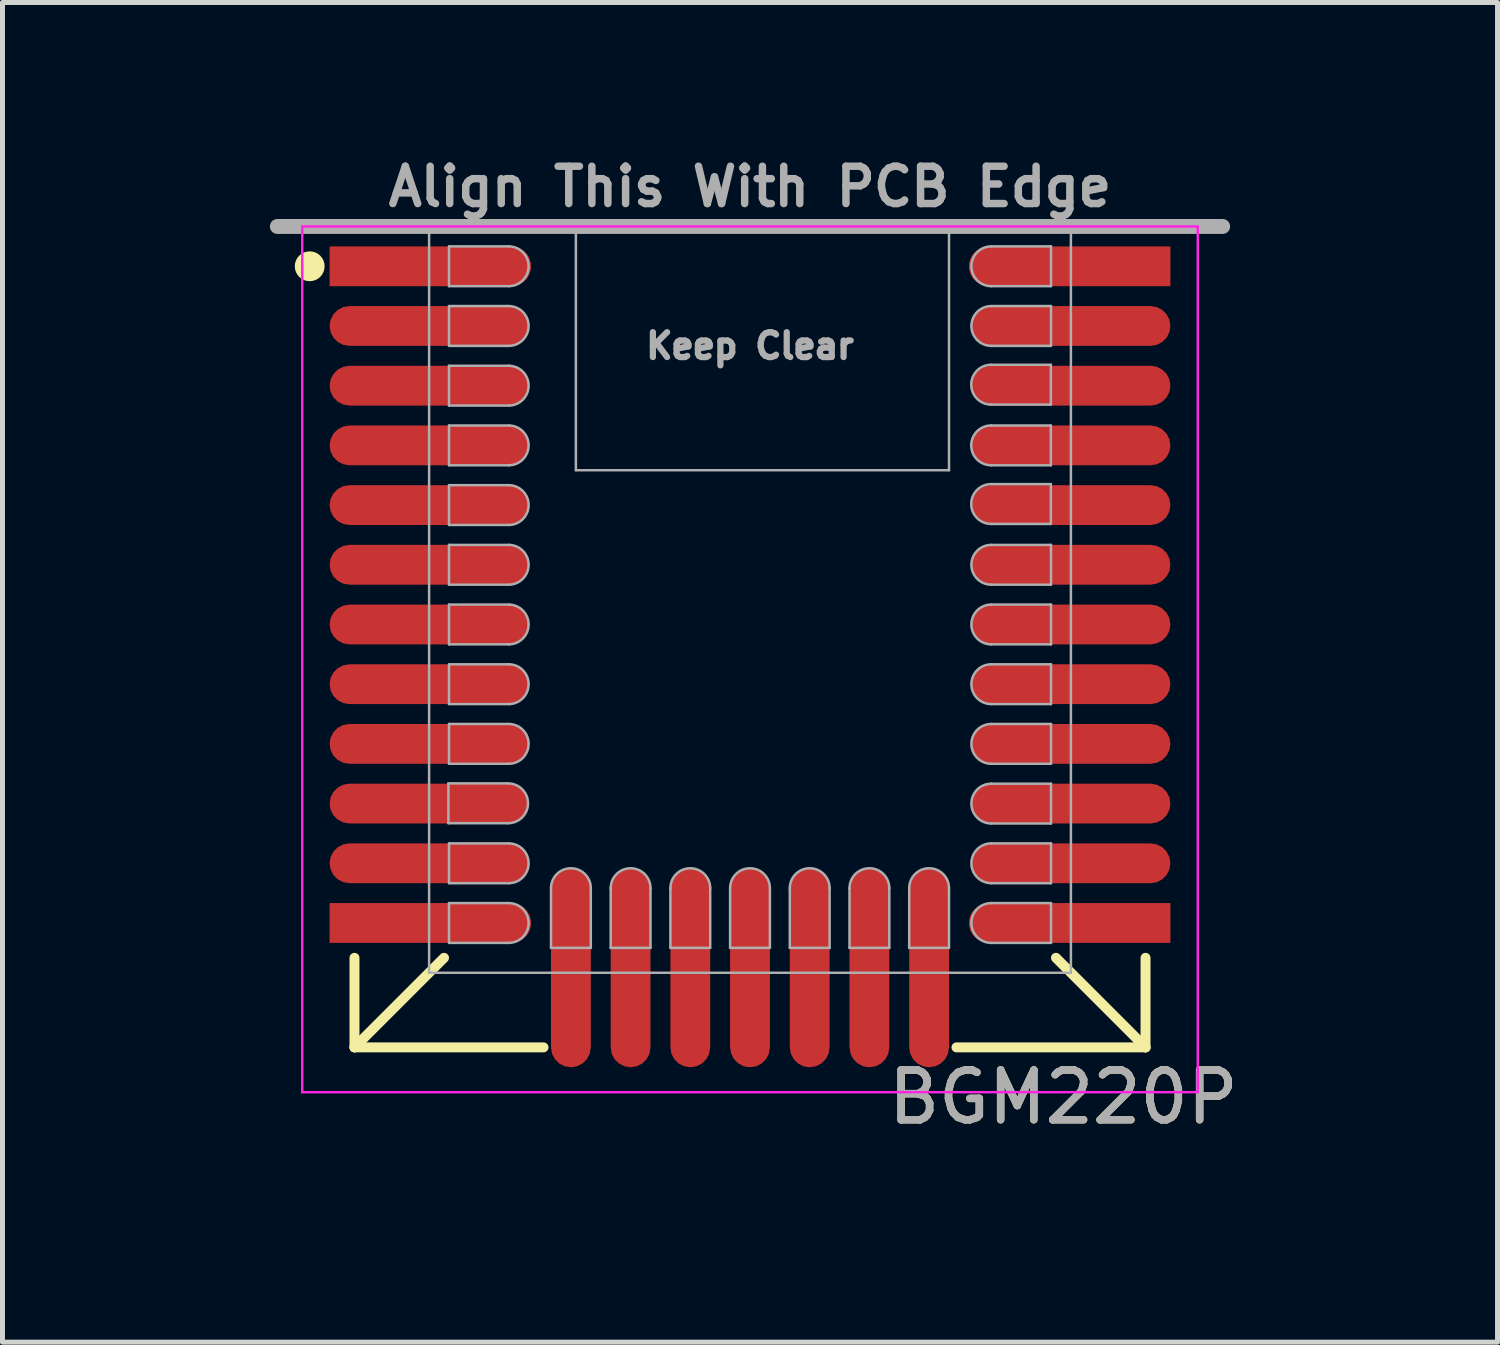
<source format=kicad_pcb>
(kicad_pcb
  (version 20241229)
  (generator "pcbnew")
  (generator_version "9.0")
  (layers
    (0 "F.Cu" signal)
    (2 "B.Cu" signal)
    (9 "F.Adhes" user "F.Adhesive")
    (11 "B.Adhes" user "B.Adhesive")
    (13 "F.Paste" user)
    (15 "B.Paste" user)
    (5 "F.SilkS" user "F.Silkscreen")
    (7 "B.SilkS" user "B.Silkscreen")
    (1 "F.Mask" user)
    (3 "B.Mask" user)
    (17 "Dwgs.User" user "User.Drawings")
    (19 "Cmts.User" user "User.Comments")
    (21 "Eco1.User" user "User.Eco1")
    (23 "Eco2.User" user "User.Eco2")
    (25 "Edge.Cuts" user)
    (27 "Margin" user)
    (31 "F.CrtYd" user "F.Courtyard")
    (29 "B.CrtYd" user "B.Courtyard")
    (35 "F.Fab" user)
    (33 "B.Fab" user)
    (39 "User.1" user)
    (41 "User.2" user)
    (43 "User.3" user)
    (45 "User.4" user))
  (footprint "BGM220P"
    (layer "F.Cu")
    (at 12.025 8.902)
    (property "Reference" "BGM220P" (at 6.3 10.1 0) (unlocked yes) (layer "F.SilkS") (effects (font (size 1 1) (thickness 0.15))))
    (attr smd)
    (fp_line (start -7.95 7.3) (end -7.95 9.1) (stroke (width 0.2) (type solid)) (layer "F.SilkS"))
    (fp_line (start -7.95 9.1) (end -6.15 7.3) (stroke (width 0.2) (type solid)) (layer "F.SilkS"))
    (fp_line (start -7.95 9.1) (end -4.15 9.1) (stroke (width 0.2) (type solid)) (layer "F.SilkS"))
    (fp_line (start 7.95 7.3) (end 7.95 9.1) (stroke (width 0.2) (type solid)) (layer "F.SilkS"))
    (fp_line (start 7.95 9.1) (end 4.15 9.1) (stroke (width 0.2) (type solid)) (layer "F.SilkS"))
    (fp_line (start 7.95 9.1) (end 6.15 7.3) (stroke (width 0.2) (type solid)) (layer "F.SilkS"))
    (fp_circle (center -8.85 -6.6) (end -8.7 -6.6) (stroke (width 0.3) (type solid)) (fill no) (layer "F.SilkS"))
    (fp_poly (pts (xy -6.05 -5) (arc (start -4.85 -5) (mid -4.45 -5.4) (end -4.85 -5.8)) (xy -6.05 -5.8)) (stroke (width 0.05) (type solid)) (fill no) (layer "F.Paste"))
    (fp_poly (pts (arc (start -6.45 -7) (mid -6.85 -6.6) (end -6.45 -6.2)) (arc (start -4.85 -6.2) (mid -4.45 -6.6) (end -4.85 -7))) (stroke (width 0.01) (type solid)) (fill yes) (layer "F.Paste"))
    (fp_poly (pts (arc (start -6.45 -5.8) (mid -6.85 -5.4) (end -6.45 -5)) (arc (start -4.85 -5) (mid -4.45 -5.4) (end -4.85 -5.8))) (stroke (width 0.01) (type solid)) (fill yes) (layer "F.Paste"))
    (fp_poly (pts (arc (start -6.45 -4.6) (mid -6.85 -4.2) (end -6.45 -3.8)) (arc (start -4.85 -3.8) (mid -4.45 -4.2) (end -4.85 -4.6))) (stroke (width 0.01) (type solid)) (fill yes) (layer "F.Paste"))
    (fp_poly (pts (arc (start -6.45 -3.4) (mid -6.85 -3) (end -6.45 -2.6)) (arc (start -4.85 -2.6) (mid -4.45 -3) (end -4.85 -3.4))) (stroke (width 0.01) (type solid)) (fill yes) (layer "F.Paste"))
    (fp_poly (pts (arc (start -6.45 -2.2) (mid -6.85 -1.8) (end -6.45 -1.4)) (arc (start -4.85 -1.4) (mid -4.45 -1.8) (end -4.85 -2.2))) (stroke (width 0.01) (type solid)) (fill yes) (layer "F.Paste"))
    (fp_poly (pts (arc (start -6.45 -1) (mid -6.85 -0.6) (end -6.45 -0.2)) (arc (start -4.85 -0.2) (mid -4.45 -0.6) (end -4.85 -1))) (stroke (width 0.01) (type solid)) (fill yes) (layer "F.Paste"))
    (fp_poly (pts (arc (start -6.45 0.2) (mid -6.85 0.6) (end -6.45 1)) (arc (start -4.85 1) (mid -4.45 0.6) (end -4.85 0.2))) (stroke (width 0.01) (type solid)) (fill yes) (layer "F.Paste"))
    (fp_poly (pts (arc (start -6.45 1.4) (mid -6.85 1.8) (end -6.45 2.2)) (arc (start -4.85 2.2) (mid -4.45 1.8) (end -4.85 1.4))) (stroke (width 0.01) (type solid)) (fill yes) (layer "F.Paste"))
    (fp_poly (pts (arc (start -6.45 2.6) (mid -6.85 3) (end -6.45 3.4)) (arc (start -4.85 3.4) (mid -4.45 3) (end -4.85 2.6))) (stroke (width 0.01) (type solid)) (fill yes) (layer "F.Paste"))
    (fp_poly (pts (arc (start -6.45 3.8) (mid -6.85 4.2) (end -6.45 4.6)) (arc (start -4.85 4.6) (mid -4.45 4.2) (end -4.85 3.8))) (stroke (width 0.01) (type solid)) (fill yes) (layer "F.Paste"))
    (fp_poly (pts (arc (start -6.45 6.2) (mid -6.85 6.6) (end -6.45 7)) (arc (start -4.85 7) (mid -4.45 6.6) (end -4.85 6.2))) (stroke (width 0.01) (type solid)) (fill yes) (layer "F.Paste"))
    (fp_poly (pts (arc (start -6.449999 4.997166) (mid -6.849999 5.397166) (end -6.449999 5.797166)) (arc (start -4.849999 5.797166) (mid -4.449999 5.397166) (end -4.849999 4.997166))) (stroke (width 0.01) (type solid)) (fill yes) (layer "F.Paste"))
    (fp_poly (pts (arc (start -4 7.5) (mid -3.6 7.9) (end -3.2 7.5)) (arc (start -3.2 5.9) (mid -3.6 5.5) (end -4 5.9))) (stroke (width 0.01) (type solid)) (fill yes) (layer "F.Paste"))
    (fp_poly (pts (arc (start -2.8 7.5) (mid -2.4 7.9) (end -2 7.5)) (arc (start -2 5.9) (mid -2.4 5.5) (end -2.8 5.9))) (stroke (width 0.01) (type solid)) (fill yes) (layer "F.Paste"))
    (fp_poly (pts (arc (start -1.6 7.5) (mid -1.2 7.9) (end -0.8 7.5)) (arc (start -0.8 5.9) (mid -1.2 5.5) (end -1.6 5.9))) (stroke (width 0.01) (type solid)) (fill yes) (layer "F.Paste"))
    (fp_poly (pts (arc (start -0.4 7.5) (mid 0 7.9) (end 0.4 7.5)) (arc (start 0.4 5.9) (mid 0 5.5) (end -0.4 5.9))) (stroke (width 0.01) (type solid)) (fill yes) (layer "F.Paste"))
    (fp_poly (pts (arc (start 0.8 7.5) (mid 1.2 7.9) (end 1.6 7.5)) (arc (start 1.6 5.9) (mid 1.2 5.5) (end 0.8 5.9))) (stroke (width 0.01) (type solid)) (fill yes) (layer "F.Paste"))
    (fp_poly (pts (arc (start 2 7.5) (mid 2.4 7.9) (end 2.8 7.5)) (arc (start 2.8 5.9) (mid 2.4 5.5) (end 2 5.9))) (stroke (width 0.01) (type solid)) (fill yes) (layer "F.Paste"))
    (fp_poly (pts (arc (start 3.2 7.5) (mid 3.6 7.9) (end 4 7.5)) (arc (start 4 5.9) (mid 3.6 5.5) (end 3.2 5.9))) (stroke (width 0.01) (type solid)) (fill yes) (layer "F.Paste"))
    (fp_poly (pts (arc (start 4.85 -7) (mid 4.45 -6.6) (end 4.85 -6.2)) (arc (start 6.45 -6.2) (mid 6.85 -6.6) (end 6.45 -7))) (stroke (width 0.01) (type solid)) (fill yes) (layer "F.Paste"))
    (fp_poly (pts (arc (start 4.85 -5.8) (mid 4.45 -5.4) (end 4.85 -5)) (arc (start 6.45 -5) (mid 6.85 -5.4) (end 6.45 -5.8))) (stroke (width 0.01) (type solid)) (fill yes) (layer "F.Paste"))
    (fp_poly (pts (arc (start 4.85 -4.6) (mid 4.45 -4.2) (end 4.85 -3.8)) (arc (start 6.45 -3.8) (mid 6.85 -4.2) (end 6.45 -4.6))) (stroke (width 0.01) (type solid)) (fill yes) (layer "F.Paste"))
    (fp_poly (pts (arc (start 4.85 -3.4) (mid 4.45 -3) (end 4.85 -2.6)) (arc (start 6.45 -2.6) (mid 6.85 -3) (end 6.45 -3.4))) (stroke (width 0.01) (type solid)) (fill yes) (layer "F.Paste"))
    (fp_poly (pts (arc (start 4.85 -2.2) (mid 4.45 -1.8) (end 4.85 -1.4)) (arc (start 6.45 -1.4) (mid 6.85 -1.8) (end 6.45 -2.2))) (stroke (width 0.01) (type solid)) (fill yes) (layer "F.Paste"))
    (fp_poly (pts (arc (start 4.85 -1) (mid 4.45 -0.6) (end 4.85 -0.2)) (arc (start 6.45 -0.2) (mid 6.85 -0.6) (end 6.45 -1))) (stroke (width 0.01) (type solid)) (fill yes) (layer "F.Paste"))
    (fp_poly (pts (arc (start 4.85 0.2) (mid 4.45 0.6) (end 4.85 1)) (arc (start 6.45 1) (mid 6.85 0.6) (end 6.45 0.2))) (stroke (width 0.01) (type solid)) (fill yes) (layer "F.Paste"))
    (fp_poly (pts (arc (start 4.85 1.4) (mid 4.45 1.8) (end 4.85 2.2)) (arc (start 6.45 2.2) (mid 6.85 1.8) (end 6.45 1.4))) (stroke (width 0.01) (type solid)) (fill yes) (layer "F.Paste"))
    (fp_poly (pts (arc (start 4.85 2.6) (mid 4.45 3) (end 4.85 3.4)) (arc (start 6.45 3.4) (mid 6.85 3) (end 6.45 2.6))) (stroke (width 0.01) (type solid)) (fill yes) (layer "F.Paste"))
    (fp_poly (pts (arc (start 4.85 3.8) (mid 4.45 4.2) (end 4.85 4.6)) (arc (start 6.45 4.6) (mid 6.85 4.2) (end 6.45 3.8))) (stroke (width 0.01) (type solid)) (fill yes) (layer "F.Paste"))
    (fp_poly (pts (arc (start 4.85 5) (mid 4.45 5.4) (end 4.85 5.8)) (arc (start 6.45 5.8) (mid 6.85 5.4) (end 6.45 5))) (stroke (width 0.01) (type solid)) (fill yes) (layer "F.Paste"))
    (fp_poly (pts (arc (start 4.85 6.2) (mid 4.45 6.6) (end 4.85 7)) (arc (start 6.45 7) (mid 6.85 6.6) (end 6.45 6.2))) (stroke (width 0.01) (type solid)) (fill yes) (layer "F.Paste"))
    (fp_line (start -12 12) (end -12 -7) (stroke (width 0.05) (type solid)) (layer "Eco1.User"))
    (fp_line (start -4.5 -0.1) (end -4.2 -0.4) (stroke (width 0.05) (type solid)) (layer "Eco1.User"))
    (fp_line (start -4.5 0.1) (end -4.2 0.4) (stroke (width 0.05) (type solid)) (layer "Eco1.User"))
    (fp_line (start -4.2 -5.6) (end -4.5 -5.9) (stroke (width 0.05) (type solid)) (layer "Eco1.User"))
    (fp_line (start -4.2 -0.4) (end -4.2 -5.6) (stroke (width 0.05) (type solid)) (layer "Eco1.User"))
    (fp_line (start -4.2 0.4) (end -4.2 5.3) (stroke (width 0.05) (type solid)) (layer "Eco1.User"))
    (fp_line (start -4.2 5.3) (end -4 5.3) (stroke (width 0.05) (type solid)) (layer "Eco1.User"))
    (fp_line (start 1.4 5.3) (end -4 5.3) (stroke (width 0.05) (type solid)) (layer "Eco1.User"))
    (fp_line (start 1.7 5.6) (end 1.4 5.3) (stroke (width 0.05) (type solid)) (layer "Eco1.User"))
    (fp_line (start 2.2 5.3) (end 1.9 5.6) (stroke (width 0.05) (type solid)) (layer "Eco1.User"))
    (fp_line (start 4.3 -4.5) (end 4.3 4.5) (stroke (width 0.05) (type solid)) (layer "Eco1.User"))
    (fp_line (start 4.3 4.5) (end 4.5 4.7) (stroke (width 0.05) (type solid)) (layer "Eco1.User"))
    (fp_line (start 4.3 5.1) (end 4.3 5.3) (stroke (width 0.05) (type solid)) (layer "Eco1.User"))
    (fp_line (start 4.3 5.3) (end 2.2 5.3) (stroke (width 0.05) (type solid)) (layer "Eco1.User"))
    (fp_line (start 4.5 -4.7) (end 4.3 -4.5) (stroke (width 0.05) (type solid)) (layer "Eco1.User"))
    (fp_line (start 4.5 4.9) (end 4.3 5.1) (stroke (width 0.05) (type solid)) (layer "Eco1.User"))
    (fp_line (start 12 -7) (end 12 12) (stroke (width 0.05) (type solid)) (layer "Eco1.User"))
    (fp_line (start 12 12) (end -12 12) (stroke (width 0.05) (type solid)) (layer "Eco1.User"))
    (fp_line (start -9 -7.4) (end 9 -7.4) (stroke (width 0.05) (type solid)) (layer "F.CrtYd"))
    (fp_line (start -9 10) (end -9 -7.4) (stroke (width 0.05) (type solid)) (layer "F.CrtYd"))
    (fp_line (start 9 -7.4) (end 9 10) (stroke (width 0.05) (type solid)) (layer "F.CrtYd"))
    (fp_line (start 9 10) (end -9 10) (stroke (width 0.05) (type solid)) (layer "F.CrtYd"))
    (fp_line (start -9.5 -7.4) (end 9.5 -7.4) (stroke (width 0.3) (type solid)) (layer "F.Fab"))
    (fp_line (start -6.45 -7.4) (end -6.45 7.6) (stroke (width 0.05) (type solid)) (layer "F.Fab"))
    (fp_line (start -6.45 7.6) (end 6.45 7.6) (stroke (width 0.05) (type solid)) (layer "F.Fab"))
    (fp_line (start -6.062 3.794) (end -4.862 3.794) (stroke (width 0.05) (type solid)) (layer "F.Fab"))
    (fp_line (start -6.062 4.594) (end -6.062 3.794) (stroke (width 0.05) (type solid)) (layer "F.Fab"))
    (fp_line (start -6.05 -7) (end -4.85 -7) (stroke (width 0.05) (type solid)) (layer "F.Fab"))
    (fp_line (start -6.05 -6.2) (end -6.05 -7) (stroke (width 0.05) (type solid)) (layer "F.Fab"))
    (fp_line (start -6.05 -5.8) (end -4.85 -5.8) (stroke (width 0.05) (type solid)) (layer "F.Fab"))
    (fp_line (start -6.05 -5) (end -6.05 -5.8) (stroke (width 0.05) (type solid)) (layer "F.Fab"))
    (fp_line (start -6.05 -4.6) (end -4.85 -4.6) (stroke (width 0.05) (type solid)) (layer "F.Fab"))
    (fp_line (start -6.05 -3.8) (end -6.05 -4.6) (stroke (width 0.05) (type solid)) (layer "F.Fab"))
    (fp_line (start -6.05 -3.4) (end -4.85 -3.4) (stroke (width 0.05) (type solid)) (layer "F.Fab"))
    (fp_line (start -6.05 -2.6) (end -6.05 -3.4) (stroke (width 0.05) (type solid)) (layer "F.Fab"))
    (fp_line (start -6.05 -2.2) (end -4.85 -2.2) (stroke (width 0.05) (type solid)) (layer "F.Fab"))
    (fp_line (start -6.05 -1.4) (end -6.05 -2.2) (stroke (width 0.05) (type solid)) (layer "F.Fab"))
    (fp_line (start -6.05 -1) (end -4.85 -1) (stroke (width 0.05) (type solid)) (layer "F.Fab"))
    (fp_line (start -6.05 -0.2) (end -6.05 -1) (stroke (width 0.05) (type solid)) (layer "F.Fab"))
    (fp_line (start -6.05 0.2) (end -4.85 0.2) (stroke (width 0.05) (type solid)) (layer "F.Fab"))
    (fp_line (start -6.05 1) (end -6.05 0.2) (stroke (width 0.05) (type solid)) (layer "F.Fab"))
    (fp_line (start -6.05 1.4) (end -4.85 1.4) (stroke (width 0.05) (type solid)) (layer "F.Fab"))
    (fp_line (start -6.05 2.2) (end -6.05 1.4) (stroke (width 0.05) (type solid)) (layer "F.Fab"))
    (fp_line (start -6.05 2.6) (end -4.85 2.6) (stroke (width 0.05) (type solid)) (layer "F.Fab"))
    (fp_line (start -6.05 3.4) (end -6.05 2.6) (stroke (width 0.05) (type solid)) (layer "F.Fab"))
    (fp_line (start -6.05 5) (end -4.85 5) (stroke (width 0.05) (type solid)) (layer "F.Fab"))
    (fp_line (start -6.05 5.8) (end -6.05 5) (stroke (width 0.05) (type solid)) (layer "F.Fab"))
    (fp_line (start -6.05 6.2) (end -4.85 6.2) (stroke (width 0.05) (type solid)) (layer "F.Fab"))
    (fp_line (start -6.05 7) (end -6.05 6.2) (stroke (width 0.05) (type solid)) (layer "F.Fab"))
    (fp_line (start -4.862 4.594) (end -6.062 4.594) (stroke (width 0.05) (type solid)) (layer "F.Fab"))
    (fp_line (start -4.85 -6.2) (end -6.05 -6.2) (stroke (width 0.05) (type solid)) (layer "F.Fab"))
    (fp_line (start -4.85 -5) (end -6.05 -5) (stroke (width 0.05) (type solid)) (layer "F.Fab"))
    (fp_line (start -4.85 -3.8) (end -6.05 -3.8) (stroke (width 0.05) (type solid)) (layer "F.Fab"))
    (fp_line (start -4.85 -2.6) (end -6.05 -2.6) (stroke (width 0.05) (type solid)) (layer "F.Fab"))
    (fp_line (start -4.85 -1.4) (end -6.05 -1.4) (stroke (width 0.05) (type solid)) (layer "F.Fab"))
    (fp_line (start -4.85 -0.2) (end -6.05 -0.2) (stroke (width 0.05) (type solid)) (layer "F.Fab"))
    (fp_line (start -4.85 1) (end -6.05 1) (stroke (width 0.05) (type solid)) (layer "F.Fab"))
    (fp_line (start -4.85 2.2) (end -6.05 2.2) (stroke (width 0.05) (type solid)) (layer "F.Fab"))
    (fp_line (start -4.85 3.4) (end -6.05 3.4) (stroke (width 0.05) (type solid)) (layer "F.Fab"))
    (fp_line (start -4.85 5.8) (end -6.05 5.8) (stroke (width 0.05) (type solid)) (layer "F.Fab"))
    (fp_line (start -4.85 7) (end -6.05 7) (stroke (width 0.05) (type solid)) (layer "F.Fab"))
    (fp_line (start -4 7.1) (end -4 5.9) (stroke (width 0.05) (type solid)) (layer "F.Fab"))
    (fp_line (start -3.5 -7.4) (end -3.5 -2.5) (stroke (width 0.05) (type solid)) (layer "F.Fab"))
    (fp_line (start -3.5 -2.5) (end 4 -2.5) (stroke (width 0.05) (type solid)) (layer "F.Fab"))
    (fp_line (start -3.2 5.9) (end -3.2 7.1) (stroke (width 0.05) (type solid)) (layer "F.Fab"))
    (fp_line (start -3.2 7.1) (end -4 7.1) (stroke (width 0.05) (type solid)) (layer "F.Fab"))
    (fp_line (start -2.8 7.1) (end -2.8 5.9) (stroke (width 0.05) (type solid)) (layer "F.Fab"))
    (fp_line (start -2 5.9) (end -2 7.1) (stroke (width 0.05) (type solid)) (layer "F.Fab"))
    (fp_line (start -2 7.1) (end -2.8 7.1) (stroke (width 0.05) (type solid)) (layer "F.Fab"))
    (fp_line (start -1.6 7.1) (end -1.6 5.9) (stroke (width 0.05) (type solid)) (layer "F.Fab"))
    (fp_line (start -0.8 5.9) (end -0.8 7.1) (stroke (width 0.05) (type solid)) (layer "F.Fab"))
    (fp_line (start -0.8 7.1) (end -1.6 7.1) (stroke (width 0.05) (type solid)) (layer "F.Fab"))
    (fp_line (start -0.4 7.1) (end -0.4 5.9) (stroke (width 0.05) (type solid)) (layer "F.Fab"))
    (fp_line (start 0.4 5.9) (end 0.4 7.1) (stroke (width 0.05) (type solid)) (layer "F.Fab"))
    (fp_line (start 0.4 7.1) (end -0.4 7.1) (stroke (width 0.05) (type solid)) (layer "F.Fab"))
    (fp_line (start 0.8 7.1) (end 0.8 5.9) (stroke (width 0.05) (type solid)) (layer "F.Fab"))
    (fp_line (start 1.6 5.9) (end 1.6 7.1) (stroke (width 0.05) (type solid)) (layer "F.Fab"))
    (fp_line (start 1.6 7.1) (end 0.8 7.1) (stroke (width 0.05) (type solid)) (layer "F.Fab"))
    (fp_line (start 2 7.1) (end 2 5.9) (stroke (width 0.05) (type solid)) (layer "F.Fab"))
    (fp_line (start 2.8 5.9) (end 2.8 7.1) (stroke (width 0.05) (type solid)) (layer "F.Fab"))
    (fp_line (start 2.8 7.1) (end 2 7.1) (stroke (width 0.05) (type solid)) (layer "F.Fab"))
    (fp_line (start 3.2 7.1) (end 3.2 5.9) (stroke (width 0.05) (type solid)) (layer "F.Fab"))
    (fp_line (start 4 -2.5) (end 4 -7.4) (stroke (width 0.05) (type solid)) (layer "F.Fab"))
    (fp_line (start 4 5.9) (end 4 7.1) (stroke (width 0.05) (type solid)) (layer "F.Fab"))
    (fp_line (start 4 7.1) (end 3.2 7.1) (stroke (width 0.05) (type solid)) (layer "F.Fab"))
    (fp_line (start 4.847 -4.62) (end 6.047 -4.62) (stroke (width 0.05) (type solid)) (layer "F.Fab"))
    (fp_line (start 4.847 -3.4) (end 6.047 -3.4) (stroke (width 0.05) (type solid)) (layer "F.Fab"))
    (fp_line (start 4.847 -2.221) (end 6.047 -2.221) (stroke (width 0.05) (type solid)) (layer "F.Fab"))
    (fp_line (start 4.85 -7) (end 6.05 -7) (stroke (width 0.05) (type solid)) (layer "F.Fab"))
    (fp_line (start 4.85 -5.8) (end 6.05 -5.8) (stroke (width 0.05) (type solid)) (layer "F.Fab"))
    (fp_line (start 4.85 -1) (end 6.05 -1) (stroke (width 0.05) (type solid)) (layer "F.Fab"))
    (fp_line (start 4.85 0.2) (end 6.05 0.2) (stroke (width 0.05) (type solid)) (layer "F.Fab"))
    (fp_line (start 4.85 1.4) (end 6.05 1.4) (stroke (width 0.05) (type solid)) (layer "F.Fab"))
    (fp_line (start 4.85 2.6) (end 6.05 2.6) (stroke (width 0.05) (type solid)) (layer "F.Fab"))
    (fp_line (start 4.85 3.8) (end 6.05 3.8) (stroke (width 0.05) (type solid)) (layer "F.Fab"))
    (fp_line (start 4.85 5) (end 6.05 5) (stroke (width 0.05) (type solid)) (layer "F.Fab"))
    (fp_line (start 4.85 6.2) (end 6.05 6.2) (stroke (width 0.05) (type solid)) (layer "F.Fab"))
    (fp_line (start 6.047 -4.62) (end 6.047 -3.82) (stroke (width 0.05) (type solid)) (layer "F.Fab"))
    (fp_line (start 6.047 -3.82) (end 4.847 -3.82) (stroke (width 0.05) (type solid)) (layer "F.Fab"))
    (fp_line (start 6.047 -3.4) (end 6.047 -2.6) (stroke (width 0.05) (type solid)) (layer "F.Fab"))
    (fp_line (start 6.047 -2.6) (end 4.847 -2.6) (stroke (width 0.05) (type solid)) (layer "F.Fab"))
    (fp_line (start 6.047 -2.221) (end 6.047 -1.421) (stroke (width 0.05) (type solid)) (layer "F.Fab"))
    (fp_line (start 6.047 -1.421) (end 4.847 -1.421) (stroke (width 0.05) (type solid)) (layer "F.Fab"))
    (fp_line (start 6.05 -7) (end 6.05 -6.2) (stroke (width 0.05) (type solid)) (layer "F.Fab"))
    (fp_line (start 6.05 -6.2) (end 4.85 -6.2) (stroke (width 0.05) (type solid)) (layer "F.Fab"))
    (fp_line (start 6.05 -5.8) (end 6.05 -5) (stroke (width 0.05) (type solid)) (layer "F.Fab"))
    (fp_line (start 6.05 -5) (end 4.85 -5) (stroke (width 0.05) (type solid)) (layer "F.Fab"))
    (fp_line (start 6.05 -1) (end 6.05 -0.2) (stroke (width 0.05) (type solid)) (layer "F.Fab"))
    (fp_line (start 6.05 -0.2) (end 4.85 -0.2) (stroke (width 0.05) (type solid)) (layer "F.Fab"))
    (fp_line (start 6.05 0.2) (end 6.05 1) (stroke (width 0.05) (type solid)) (layer "F.Fab"))
    (fp_line (start 6.05 1) (end 4.85 1) (stroke (width 0.05) (type solid)) (layer "F.Fab"))
    (fp_line (start 6.05 1.4) (end 6.05 2.2) (stroke (width 0.05) (type solid)) (layer "F.Fab"))
    (fp_line (start 6.05 2.2) (end 4.85 2.2) (stroke (width 0.05) (type solid)) (layer "F.Fab"))
    (fp_line (start 6.05 2.6) (end 6.05 3.4) (stroke (width 0.05) (type solid)) (layer "F.Fab"))
    (fp_line (start 6.05 3.4) (end 4.85 3.4) (stroke (width 0.05) (type solid)) (layer "F.Fab"))
    (fp_line (start 6.05 3.8) (end 6.05 4.6) (stroke (width 0.05) (type solid)) (layer "F.Fab"))
    (fp_line (start 6.05 4.6) (end 4.85 4.6) (stroke (width 0.05) (type solid)) (layer "F.Fab"))
    (fp_line (start 6.05 5) (end 6.05 5.8) (stroke (width 0.05) (type solid)) (layer "F.Fab"))
    (fp_line (start 6.05 5.8) (end 4.85 5.8) (stroke (width 0.05) (type solid)) (layer "F.Fab"))
    (fp_line (start 6.05 6.2) (end 6.05 7) (stroke (width 0.05) (type solid)) (layer "F.Fab"))
    (fp_line (start 6.05 7) (end 4.85 7) (stroke (width 0.05) (type solid)) (layer "F.Fab"))
    (fp_line (start 6.45 -7.4) (end -6.45 -7.4) (stroke (width 0.05) (type solid)) (layer "F.Fab"))
    (fp_line (start 6.45 7.6) (end 6.45 -7.4) (stroke (width 0.05) (type solid)) (layer "F.Fab"))
    (fp_arc (start -4.861954 3.794367) (mid -4.461954 4.194367) (end -4.861954 4.594367) (stroke (width 0.05) (type solid)) (layer "F.Fab"))
    (fp_arc (start -4.85 -7) (mid -4.45 -6.6) (end -4.85 -6.2) (stroke (width 0.05) (type solid)) (layer "F.Fab"))
    (fp_arc (start -4.85 -5.8) (mid -4.45 -5.4) (end -4.85 -5) (stroke (width 0.05) (type solid)) (layer "F.Fab"))
    (fp_arc (start -4.85 -4.6) (mid -4.45 -4.2) (end -4.85 -3.8) (stroke (width 0.05) (type solid)) (layer "F.Fab"))
    (fp_arc (start -4.85 -3.4) (mid -4.45 -3) (end -4.85 -2.6) (stroke (width 0.05) (type solid)) (layer "F.Fab"))
    (fp_arc (start -4.85 -2.2) (mid -4.45 -1.8) (end -4.85 -1.4) (stroke (width 0.05) (type solid)) (layer "F.Fab"))
    (fp_arc (start -4.85 -1) (mid -4.45 -0.6) (end -4.85 -0.2) (stroke (width 0.05) (type solid)) (layer "F.Fab"))
    (fp_arc (start -4.85 0.2) (mid -4.45 0.6) (end -4.85 1) (stroke (width 0.05) (type solid)) (layer "F.Fab"))
    (fp_arc (start -4.85 1.4) (mid -4.45 1.8) (end -4.85 2.2) (stroke (width 0.05) (type solid)) (layer "F.Fab"))
    (fp_arc (start -4.85 2.6) (mid -4.45 3) (end -4.85 3.4) (stroke (width 0.05) (type solid)) (layer "F.Fab"))
    (fp_arc (start -4.85 5) (mid -4.45 5.4) (end -4.85 5.8) (stroke (width 0.05) (type solid)) (layer "F.Fab"))
    (fp_arc (start -4.85 6.2) (mid -4.45 6.6) (end -4.85 7) (stroke (width 0.05) (type solid)) (layer "F.Fab"))
    (fp_arc (start -4 5.9) (mid -3.6 5.5) (end -3.2 5.9) (stroke (width 0.05) (type solid)) (layer "F.Fab"))
    (fp_arc (start -2.8 5.9) (mid -2.4 5.5) (end -2 5.9) (stroke (width 0.05) (type solid)) (layer "F.Fab"))
    (fp_arc (start -1.6 5.9) (mid -1.2 5.5) (end -0.8 5.9) (stroke (width 0.05) (type solid)) (layer "F.Fab"))
    (fp_arc (start -0.4 5.9) (mid 0 5.5) (end 0.4 5.9) (stroke (width 0.05) (type solid)) (layer "F.Fab"))
    (fp_arc (start 0.8 5.9) (mid 1.2 5.5) (end 1.6 5.9) (stroke (width 0.05) (type solid)) (layer "F.Fab"))
    (fp_arc (start 2 5.9) (mid 2.4 5.5) (end 2.8 5.9) (stroke (width 0.05) (type solid)) (layer "F.Fab"))
    (fp_arc (start 3.2 5.9) (mid 3.6 5.5) (end 4 5.9) (stroke (width 0.05) (type solid)) (layer "F.Fab"))
    (fp_arc (start 4.846551 -3.82) (mid 4.446551 -4.22) (end 4.846551 -4.62) (stroke (width 0.05) (type solid)) (layer "F.Fab"))
    (fp_arc (start 4.846551 -2.6) (mid 4.446551 -3) (end 4.846551 -3.4) (stroke (width 0.05) (type solid)) (layer "F.Fab"))
    (fp_arc (start 4.846551 -1.421379) (mid 4.446551 -1.821379) (end 4.846551 -2.221379) (stroke (width 0.05) (type solid)) (layer "F.Fab"))
    (fp_arc (start 4.85 -6.2) (mid 4.45 -6.6) (end 4.85 -7) (stroke (width 0.05) (type solid)) (layer "F.Fab"))
    (fp_arc (start 4.85 -5) (mid 4.45 -5.4) (end 4.85 -5.8) (stroke (width 0.05) (type solid)) (layer "F.Fab"))
    (fp_arc (start 4.85 -0.2) (mid 4.45 -0.6) (end 4.85 -1) (stroke (width 0.05) (type solid)) (layer "F.Fab"))
    (fp_arc (start 4.85 1) (mid 4.45 0.6) (end 4.85 0.2) (stroke (width 0.05) (type solid)) (layer "F.Fab"))
    (fp_arc (start 4.85 2.2) (mid 4.45 1.8) (end 4.85 1.4) (stroke (width 0.05) (type solid)) (layer "F.Fab"))
    (fp_arc (start 4.85 3.4) (mid 4.45 3) (end 4.85 2.6) (stroke (width 0.05) (type solid)) (layer "F.Fab"))
    (fp_arc (start 4.85 4.6) (mid 4.45 4.2) (end 4.85 3.8) (stroke (width 0.05) (type solid)) (layer "F.Fab"))
    (fp_arc (start 4.85 5.8) (mid 4.45 5.4) (end 4.85 5) (stroke (width 0.05) (type solid)) (layer "F.Fab"))
    (fp_arc (start 4.85 7) (mid 4.45 6.6) (end 4.85 6.2) (stroke (width 0.05) (type solid)) (layer "F.Fab"))
    (fp_text user "SWO" (at -5.75 4.45 0) (unlocked yes) (layer "Eco1.User") (effects (font (size 0.3 0.3) (thickness 0.062)) (justify left)))
    (fp_text user "PB4" (at -5.75 -5.4 0) (unlocked yes) (layer "Eco1.User") (effects (font (size 0.35 0.35) (thickness 0.062)) (justify left)))
    (fp_text user "SWCLK" (at -5.75 2.05 0) (unlocked yes) (layer "Eco1.User") (effects (font (size 0.3 0.3) (thickness 0.062)) (justify left)))
    (fp_text user "PA7" (at 0 6.8 90) (unlocked yes) (layer "Eco1.User") (effects (font (size 0.35 0.35) (thickness 0.062)) (justify left)))
    (fp_text user "NC in all the others" (at 7.05 5.65 0) (unlocked yes) (layer "Eco1.User") (effects (font (size 0.3 0.3) (thickness 0.062)) (justify left)))
    (fp_text user "PA2" (at -5.75 2.8 0) (unlocked yes) (layer "Eco1.User") (effects (font (size 0.3 0.3) (thickness 0.075)) (justify left)))
    (fp_text user "GND" (at 5.75 -6.6 0) (unlocked yes) (layer "Eco1.User") (effects (font (size 0.35 0.35) (thickness 0.062)) (justify right)))
    (fp_text user "PC0" (at 5.726 4.2 0) (unlocked yes) (layer "Eco1.User") (effects (font (size 0.35 0.35) (thickness 0.062)) (justify right)))
    (fp_text user "PA0" (at -5.75 0.6 0) (unlocked yes) (layer "Eco1.User") (effects (font (size 0.35 0.35) (thickness 0.062)) (justify left)))
    (fp_text user "PA5" (at -2.4 6.8 90) (unlocked yes) (layer "Eco1.User") (effects (font (size 0.35 0.35) (thickness 0.062)) (justify left)))
    (fp_text user "GND" (at -5.75 6.6 0) (unlocked yes) (layer "Eco1.User") (effects (font (size 0.35 0.35) (thickness 0.062)) (justify left)))
    (fp_text user "PB3" (at -5.75 -4.2 0) (unlocked yes) (layer "Eco1.User") (effects (font (size 0.35 0.35) (thickness 0.062)) (justify left)))
    (fp_text user "Vias Close" (at 7.1 6.4 0) (unlocked yes) (layer "Eco1.User") (effects (font (size 0.3 0.3) (thickness 0.075)) (justify left)))
    (fp_text user " to GND pads" (at 6.95 6.85 0) (unlocked yes) (layer "Eco1.User") (effects (font (size 0.3 0.3) (thickness 0.062)) (justify left)))
    (fp_text user "VCC" (at -3.6 6.8 90) (unlocked yes) (layer "Eco1.User") (effects (font (size 0.35 0.35) (thickness 0.062)) (justify left)))
    (fp_text user "/NC" (at 5.75 5.65 0) (unlocked yes) (layer "Eco1.User") (effects (font (size 0.3 0.3) (thickness 0.075)) (justify right)))
    (fp_text user "PC5/" (at 5.75 -2.1 0) (unlocked yes) (layer "Eco1.User") (effects (font (size 0.3 0.3) (thickness 0.062)) (justify right)))
    (fp_text user "PC7" (at 5.75 -4.2 0) (unlocked yes) (layer "Eco1.User") (effects (font (size 0.35 0.35) (thickness 0.062)) (justify right)))
    (fp_text user "PC1" (at 5.75 3 0) (unlocked yes) (layer "Eco1.User") (effects (font (size 0.35 0.35) (thickness 0.062)) (justify right)))
    (fp_text user "PC4/" (at 5.75 -0.8 0) (unlocked yes) (layer "Eco1.User") (effects (font (size 0.3 0.3) (thickness 0.062)) (justify right)))
    (fp_text user "PB2" (at -5.75 -3 0) (unlocked yes) (layer "Eco1.User") (effects (font (size 0.35 0.35) (thickness 0.062)) (justify left)))
    (fp_text user "PD3" (at 2.4 6.798 90) (unlocked yes) (layer "Eco1.User") (effects (font (size 0.35 0.35) (thickness 0.062)) (justify left)))
    (fp_text user "PD1" (at 5.75 5.2 0) (unlocked yes) (layer "Eco1.User") (effects (font (size 0.3 0.3) (thickness 0.062)) (justify right)))
    (fp_text user "GND" (at 5.75 6.6 0) (unlocked yes) (layer "Eco1.User") (effects (font (size 0.35 0.35) (thickness 0.062)) (justify right)))
    (fp_text user "PD1 on WGAs" (at 7.05 5.2 0) (unlocked yes) (layer "Eco1.User") (effects (font (size 0.3 0.3) (thickness 0.062)) (justify left)))
    (fp_text user "PTI_DATA" (at 5.75 -0.35 0) (unlocked yes) (layer "Eco1.User") (effects (font (size 0.3 0.3) (thickness 0.075)) (justify right)))
    (fp_text user "PA8" (at 1.2 6.8 90) (unlocked yes) (layer "Eco1.User") (effects (font (size 0.35 0.35) (thickness 0.062)) (justify left)))
    (fp_text user "PA4" (at -5.75 5.4 0) (unlocked yes) (layer "Eco1.User") (effects (font (size 0.35 0.35) (thickness 0.062)) (justify left)))
    (fp_text user "PA6" (at -1.2 6.8 90) (unlocked yes) (layer "Eco1.User") (effects (font (size 0.35 0.35) (thickness 0.062)) (justify left)))
    (fp_text user "~{RESET}" (at 5.75 -5.4 0) (unlocked yes) (layer "Eco1.User") (effects (font (size 0.35 0.35) (thickness 0.062)) (justify right)))
    (fp_text user "PC3" (at 5.75 0.6 0) (unlocked yes) (layer "Eco1.User") (effects (font (size 0.35 0.35) (thickness 0.062)) (justify right)))
    (fp_text user "Recommended min 5mm GND plane" (at 11.7 -2.9 90) (unlocked yes) (layer "Eco1.User") (effects (font (size 0.3 0.3) (thickness 0.075))))
    (fp_text user "PB1" (at -5.75 -1.8 0) (unlocked yes) (layer "Eco1.User") (effects (font (size 0.35 0.35) (thickness 0.062)) (justify left)))
    (fp_text user "GND" (at -5.75 -6.6 0) (unlocked yes) (layer "Eco1.User") (effects (font (size 0.35 0.35) (thickness 0.062)) (justify left)))
    (fp_text user "SWDIO" (at -5.75 3.25 0) (unlocked yes) (layer "Eco1.User") (effects (font (size 0.3 0.3) (thickness 0.062)) (justify left)))
    (fp_text user "PC6" (at 5.75 -3 0) (unlocked yes) (layer "Eco1.User") (effects (font (size 0.35 0.35) (thickness 0.062)) (justify right)))
    (fp_text user "PD2" (at 3.6 6.8 90) (unlocked yes) (layer "Eco1.User") (effects (font (size 0.35 0.35) (thickness 0.062)) (justify left)))
    (fp_text user "PB0" (at -5.75 -0.6 0) (unlocked yes) (layer "Eco1.User") (effects (font (size 0.35 0.35) (thickness 0.062)) (justify left)))
    (fp_text user "PC2" (at 5.75 1.8 0) (unlocked yes) (layer "Eco1.User") (effects (font (size 0.35 0.35) (thickness 0.062)) (justify right)))
    (fp_text user "PA3/" (at -5.75 4 0) (unlocked yes) (layer "Eco1.User") (effects (font (size 0.3 0.3) (thickness 0.075)) (justify left)))
    (fp_text user "PTI_FRAME" (at 5.75 -1.65 0) (unlocked yes) (layer "Eco1.User") (effects (font (size 0.3 0.3) (thickness 0.075)) (justify right)))
    (fp_text user "PA1/" (at -5.75 1.6 0) (unlocked yes) (layer "Eco1.User") (effects (font (size 0.3 0.3) (thickness 0.075)) (justify left)))
    (fp_text user "${REFERENCE}" (at 6.3 10.1 0) (unlocked yes) (layer "F.Fab") (effects (font (size 1 1) (thickness 0.15))))
    (fp_text user "Align This With PCB Edge" (at 0 -8.2 0) (unlocked yes) (layer "F.Fab") (effects (font (size 0.75 0.75) (thickness 0.15))))
    (fp_text user "Keep Clear" (at 0 -5 0) (unlocked yes) (layer "F.Fab") (effects (font (size 0.5 0.5) (thickness 0.125))))
    (pad "1" smd custom (at -6.625 -6.6) (size 3.65 0.8) (layers "F.Cu" "F.Mask") (options (anchor rect)) (primitives (gr_circle (center 1.825 0) (end 2.025 0) (width 0.4) (fill no))))
    (pad "2" smd roundrect (at -6.45 -5.4) (size 4 0.8) (layers "F.Cu" "F.Mask") (roundrect_rratio 0.5))
    (pad "3" smd roundrect (at -6.45 -4.2) (size 4 0.8) (layers "F.Cu" "F.Mask") (roundrect_rratio 0.5))
    (pad "4" smd roundrect (at -6.45 -3) (size 4 0.8) (layers "F.Cu" "F.Mask") (roundrect_rratio 0.5))
    (pad "5" smd roundrect (at -6.45 -1.8) (size 4 0.8) (layers "F.Cu" "F.Mask") (roundrect_rratio 0.5))
    (pad "6" smd roundrect (at -6.45 -0.6) (size 4 0.8) (layers "F.Cu" "F.Mask") (roundrect_rratio 0.5))
    (pad "7" smd roundrect (at -6.45 0.6) (size 4 0.8) (layers "F.Cu" "F.Mask") (roundrect_rratio 0.5))
    (pad "8" smd roundrect (at -6.45 1.8) (size 4 0.8) (layers "F.Cu" "F.Mask") (roundrect_rratio 0.5))
    (pad "9" smd roundrect (at -6.45 3) (size 4 0.8) (layers "F.Cu" "F.Mask") (roundrect_rratio 0.5))
    (pad "10" smd roundrect (at -6.45 4.2) (size 4 0.8) (layers "F.Cu" "F.Mask") (roundrect_rratio 0.5))
    (pad "11" smd roundrect (at -6.45 5.4) (size 4 0.8) (layers "F.Cu" "F.Mask") (roundrect_rratio 0.5))
    (pad "12" smd custom (at -6.625 6.6) (size 3.65 0.8) (layers "F.Cu" "F.Mask") (options (anchor rect)) (primitives (gr_circle (center 1.825 0) (end 2.025 0) (width 0.4) (fill no))))
    (pad "13" smd roundrect (at -3.6 7.5 90) (size 4 0.8) (layers "F.Cu" "F.Mask") (roundrect_rratio 0.5))
    (pad "14" smd roundrect (at -2.4 7.5 90) (size 4 0.8) (layers "F.Cu" "F.Mask") (roundrect_rratio 0.5))
    (pad "15" smd roundrect (at -1.2 7.5 90) (size 4 0.8) (layers "F.Cu" "F.Mask") (roundrect_rratio 0.5))
    (pad "16" smd roundrect (at 0 7.5 90) (size 4 0.8) (layers "F.Cu" "F.Mask") (roundrect_rratio 0.5))
    (pad "17" smd roundrect (at 1.2 7.5 90) (size 4 0.8) (layers "F.Cu" "F.Mask") (roundrect_rratio 0.5))
    (pad "18" smd roundrect (at 2.4 7.5 90) (size 4 0.8) (layers "F.Cu" "F.Mask") (roundrect_rratio 0.5))
    (pad "19" smd roundrect (at 3.6 7.5 90) (size 4 0.8) (layers "F.Cu" "F.Mask") (roundrect_rratio 0.5))
    (pad "20" smd custom (at 6.625 6.6 180) (size 3.65 0.8) (layers "F.Cu" "F.Mask") (options (anchor rect)) (primitives (gr_circle (center 1.825 0) (end 2.025 0) (width 0.4) (fill no))))
    (pad "21" smd roundrect (at 6.45 5.4 180) (size 4 0.8) (layers "F.Cu" "F.Mask") (roundrect_rratio 0.5))
    (pad "22" smd roundrect (at 6.45 4.2 180) (size 4 0.8) (layers "F.Cu" "F.Mask") (roundrect_rratio 0.5))
    (pad "23" smd roundrect (at 6.45 3 180) (size 4 0.8) (layers "F.Cu" "F.Mask") (roundrect_rratio 0.5))
    (pad "24" smd roundrect (at 6.45 1.8 180) (size 4 0.8) (layers "F.Cu" "F.Mask") (roundrect_rratio 0.5))
    (pad "25" smd roundrect (at 6.45 0.6 180) (size 4 0.8) (layers "F.Cu" "F.Mask") (roundrect_rratio 0.5))
    (pad "26" smd roundrect (at 6.45 -0.6 180) (size 4 0.8) (layers "F.Cu" "F.Mask") (roundrect_rratio 0.5))
    (pad "27" smd roundrect (at 6.45 -1.8 180) (size 4 0.8) (layers "F.Cu" "F.Mask") (roundrect_rratio 0.5))
    (pad "28" smd roundrect (at 6.45 -3 180) (size 4 0.8) (layers "F.Cu" "F.Mask") (roundrect_rratio 0.5))
    (pad "29" smd roundrect (at 6.45 -4.2 180) (size 4 0.8) (layers "F.Cu" "F.Mask") (roundrect_rratio 0.5))
    (pad "30" smd roundrect (at 6.45 -5.4 180) (size 4 0.8) (layers "F.Cu" "F.Mask") (roundrect_rratio 0.5))
    (pad "31" smd custom (at 6.625 -6.6 180) (size 3.65 0.8) (layers "F.Cu" "F.Mask") (options (anchor rect)) (primitives (gr_circle (center 1.825 0) (end 2.025 0) (width 0.4) (fill no))))
    (zone (net_name "") (layers "F.Cu" "B.Cu" "F.Fab") (name "AntennaKeepOut") (hatch edge 0.508) (connect_pads) (min_thickness 0.254) (filled_areas_thickness no) (keepout (tracks not_allowed) (vias not_allowed) (pads not_allowed) (copperpour not_allowed) (footprints not_allowed)) (placement (enabled no)) (fill) (polygon (pts (xy 16.025 6.402) (xy 8.525 6.402) (xy 8.525 1.502) (xy 16.025 1.502)))))
  (gr_rect
    (start -3 -3)
    (end 27.05 23.927)
    (stroke (width 0.1) (type default))
    (fill no)
    (layer "Edge.Cuts")))
</source>
